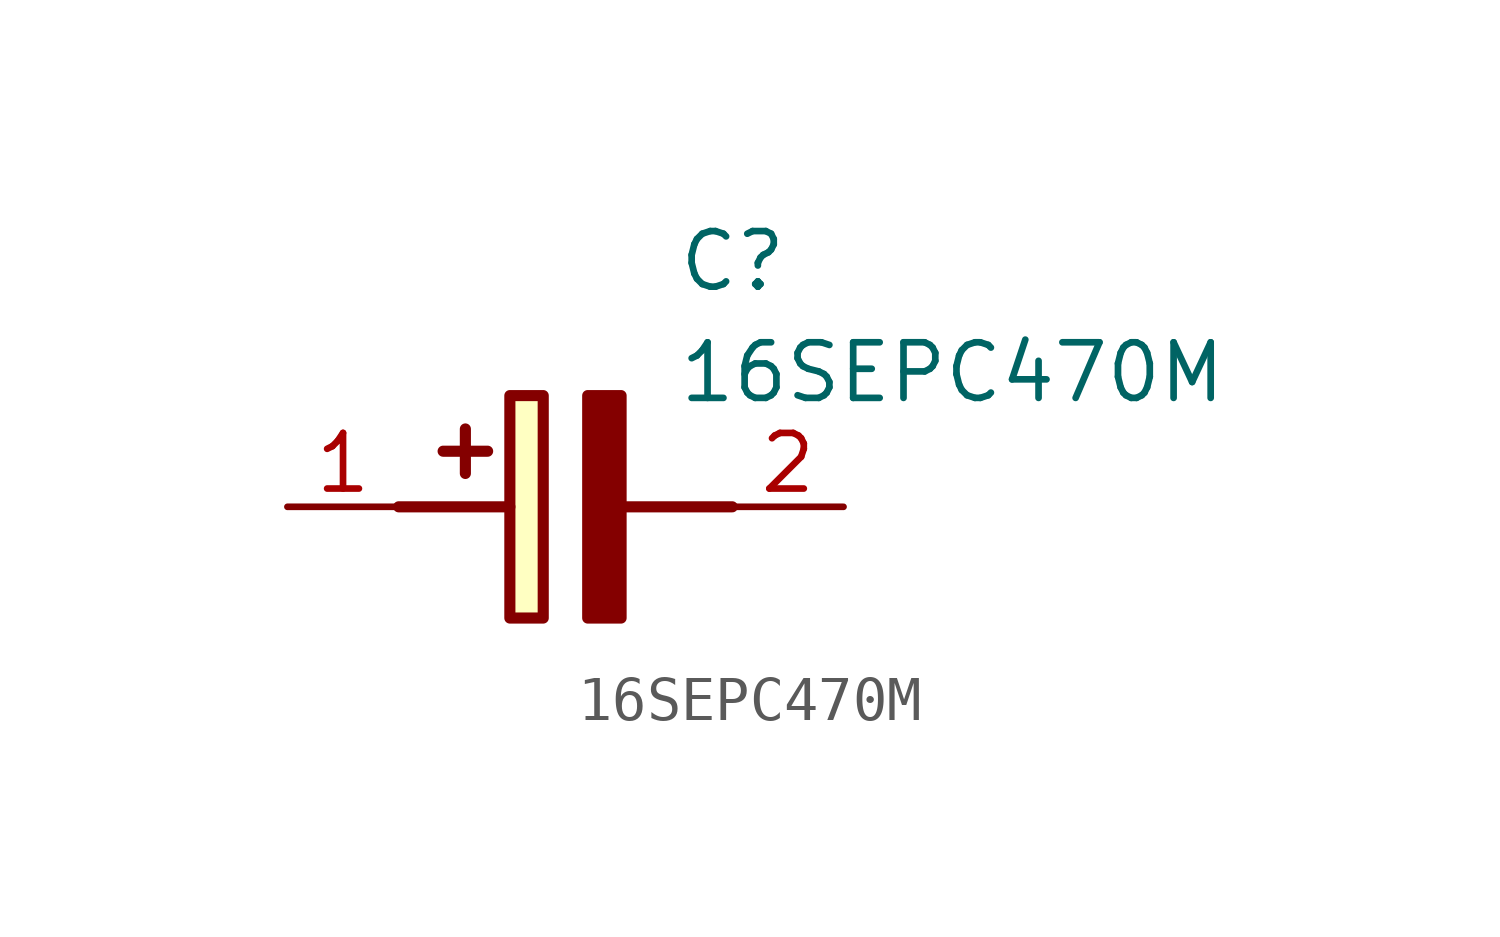
<source format=kicad_sym>
(kicad_symbol_lib
  (version 20211014)
  (generator SamacSys_ECAD_Model)
  (symbol "16SEPC470M"
    (pin_names hide)
    (property "Reference" "C"
      (at 8.89 6.35 0)
      (effects (font (size 1.27 1.27)) (justify left top)))
    (property "Value" "16SEPC470M"
      (at 8.89 3.81 0)
      (effects (font (size 1.27 1.27)) (justify left top)))
    (rectangle
      (start 5.08 2.54)
      (end 5.842 -2.54)
      (stroke (width 0.254) (type default))
      (fill (type background)))
    (polyline
      (pts (xy 4.572 1.27) (xy 3.556 1.27))
      (stroke (width 0.254) (type default))
      (fill (type none)))
    (polyline
      (pts (xy 4.064 1.778) (xy 4.064 0.762))
      (stroke (width 0.254) (type default))
      (fill (type none)))
    (polyline
      (pts (xy 2.54 0) (xy 5.08 0))
      (stroke (width 0.254) (type default))
      (fill (type none)))
    (polyline
      (pts (xy 7.62 0) (xy 10.16 0))
      (stroke (width 0.254) (type default))
      (fill (type none)))
    (polyline
      (pts (xy 7.62 2.54) (xy 7.62 -2.54) (xy 6.858 -2.54) (xy 6.858 2.54) (xy 7.62 2.54))
      (stroke (width 0.254) (type default))
      (fill (type outline)))
    (pin passive line
      (at 0 0 0)
      (length 2.54)
      (name "+" (effects (font (size 1.27 1.27))))
      (number "1" (effects (font (size 1.27 1.27)))))
    (pin passive line
      (at 12.7 0 180)
      (length 2.54)
      (name "-" (effects (font (size 1.27 1.27))))
      (number "2" (effects (font (size 1.27 1.27)))))))
</source>
